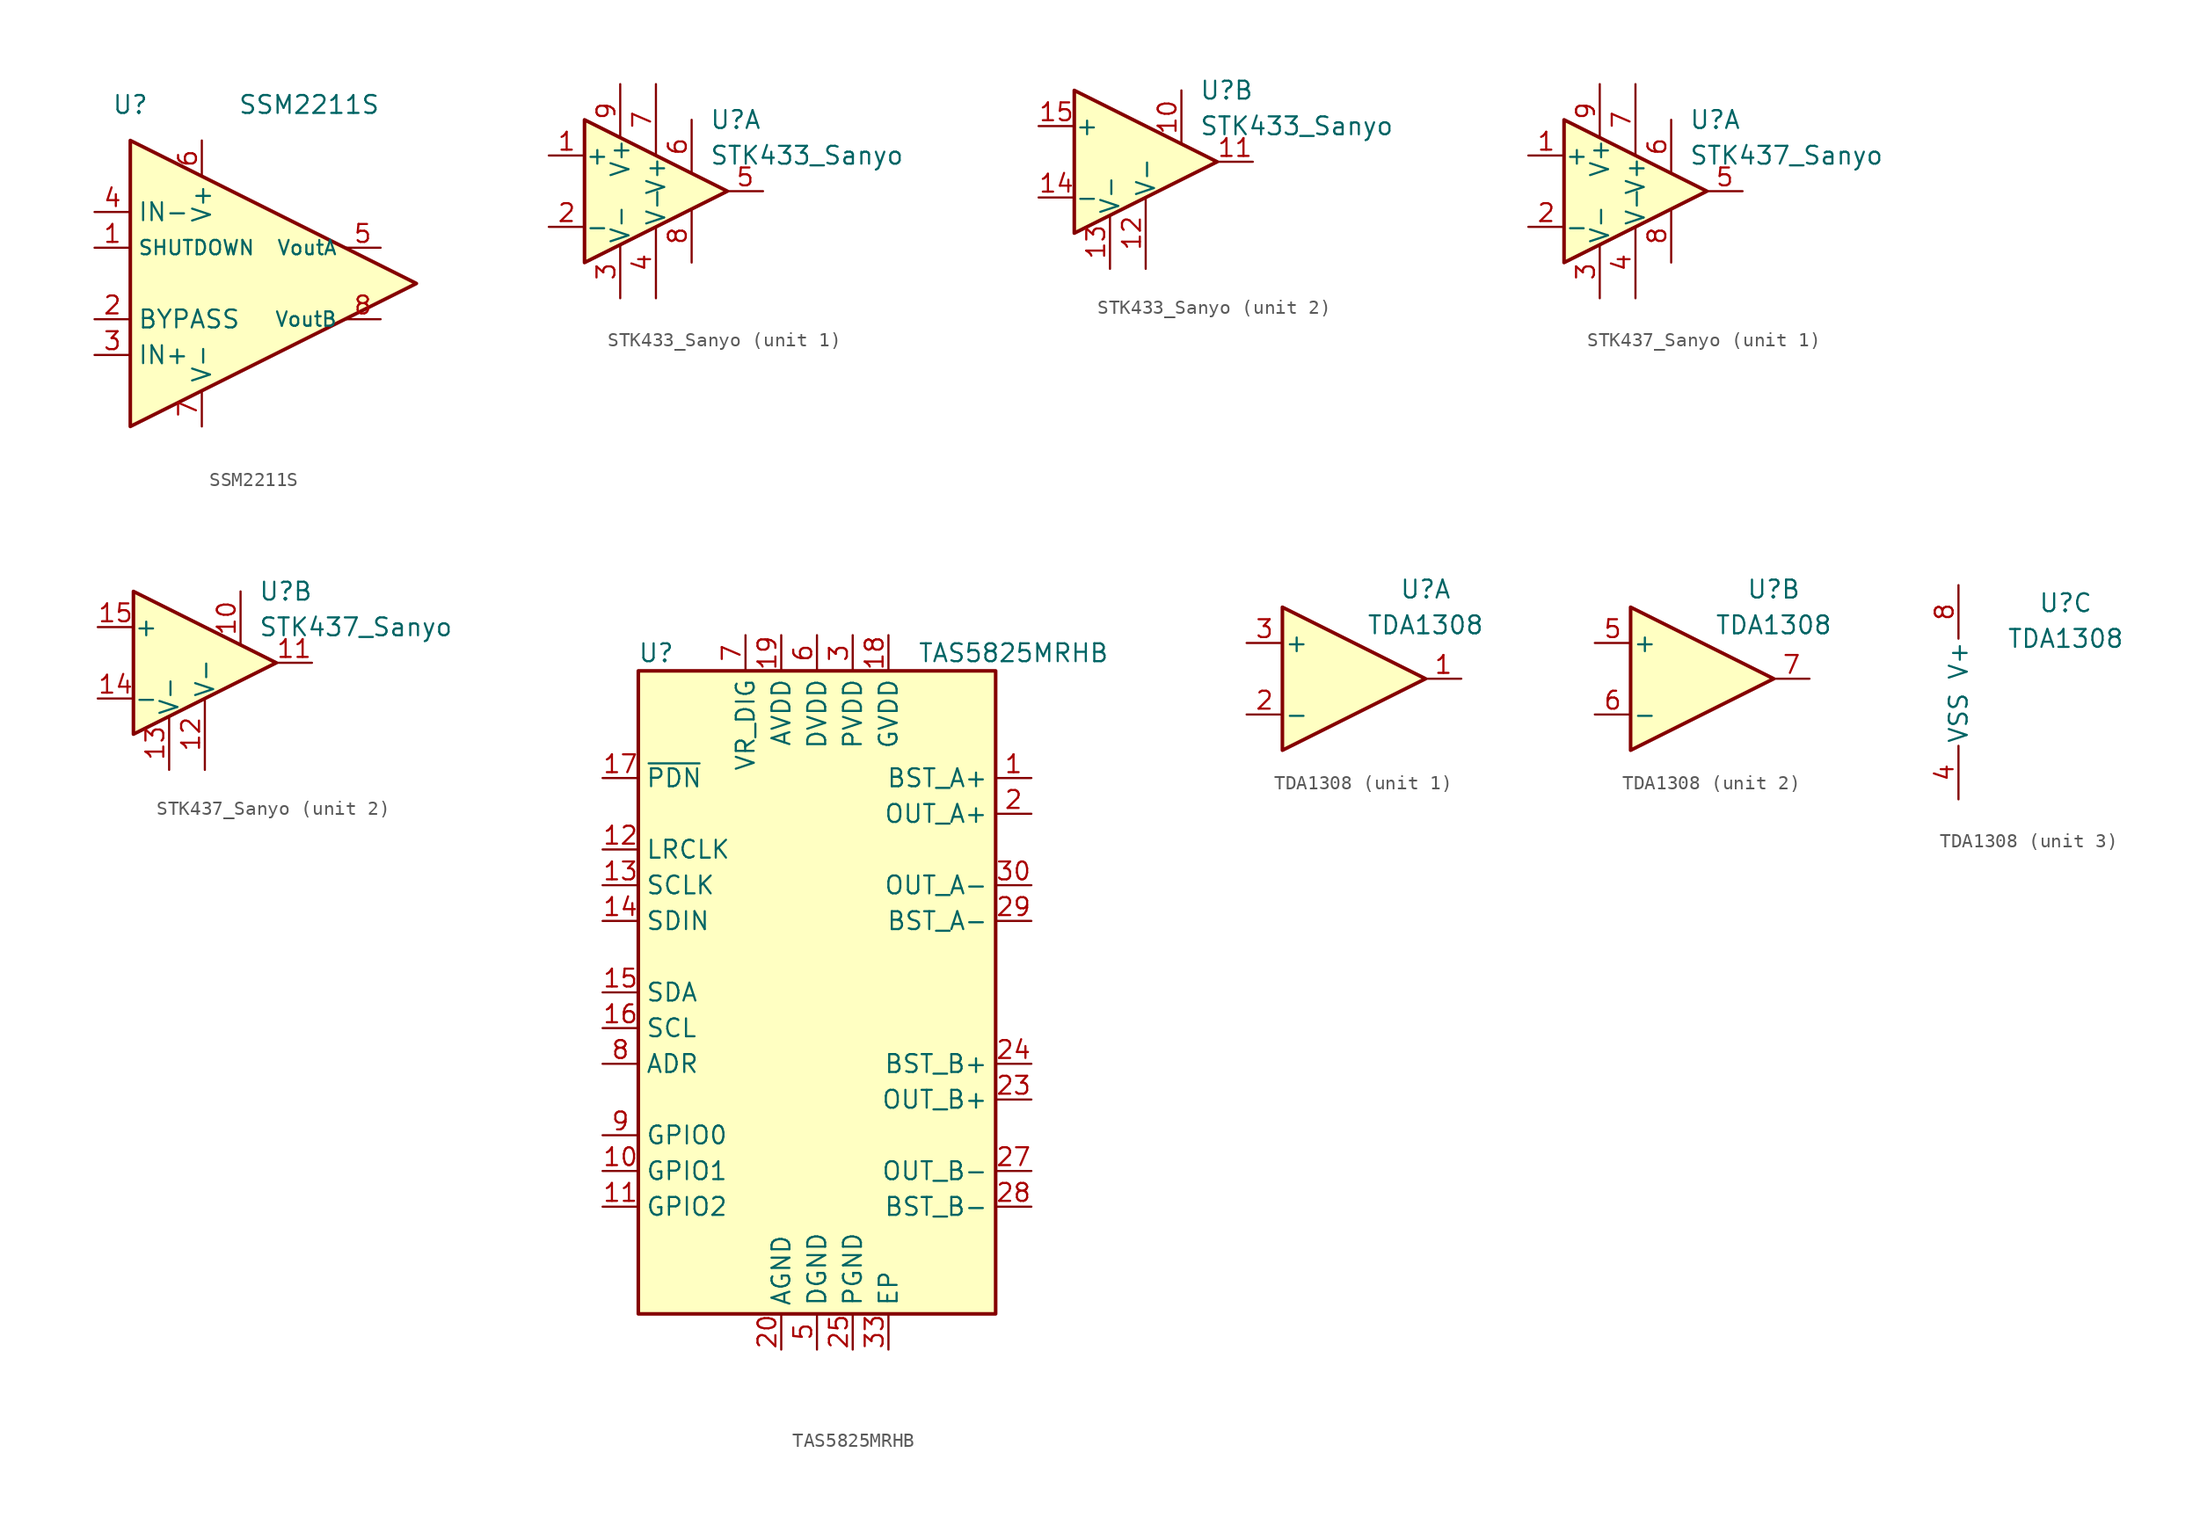
<source format=kicad_sym>
(kicad_symbol_lib
  (version 20241209)
  (generator "kicad_symbol_editor")
  (generator_version "9.0")
  (symbol "SSM2211S"
    (property "Reference" "U"
      (at -7.62 12.7 0)
      (effects (font (size 1.27 1.27))))
    (property "Value" "SSM2211S"
      (at 5.08 12.7 0)
      (effects (font (size 1.27 1.27))))
    (symbol "SSM2211S_0_1"
      (polyline (pts (xy -7.62 10.16) (xy -7.62 -10.16) (xy 12.7 0) (xy -7.62 10.16)) (stroke (width 0.254) (type solid)) (fill (type background))))
    (symbol "SSM2211S_1_1"
      (pin input line (at -10.16 5.08 0) (length 2.54) (name "IN-" (effects (font (size 1.27 1.27)))) (number "4" (effects (font (size 1.27 1.27)))))
      (pin input line (at -10.16 2.54 0) (length 2.54) (name "SHUTDOWN" (effects (font (size 1.016 1.016)))) (number "1" (effects (font (size 1.27 1.27)))))
      (pin passive line (at -10.16 -2.54 0) (length 2.54) (name "BYPASS" (effects (font (size 1.27 1.27)))) (number "2" (effects (font (size 1.27 1.27)))))
      (pin input line (at -10.16 -5.08 0) (length 2.54) (name "IN+" (effects (font (size 1.27 1.27)))) (number "3" (effects (font (size 1.27 1.27)))))
      (pin power_in line (at -2.54 10.16 270) (length 2.54) (name "V+" (effects (font (size 1.27 1.27)))) (number "6" (effects (font (size 1.27 1.27)))))
      (pin power_in line (at -2.54 -10.16 90) (length 2.54) (name "V-" (effects (font (size 1.27 1.27)))) (number "7" (effects (font (size 1.27 1.27)))))
      (pin output line (at 10.16 2.54 180) (length 2.54) (name "VoutA" (effects (font (size 1.016 1.016)))) (number "5" (effects (font (size 1.27 1.27)))))
      (pin output line (at 10.16 -2.54 180) (length 2.54) (name "VoutB" (effects (font (size 1.016 1.016)))) (number "8" (effects (font (size 1.27 1.27)))))))
  (symbol "STK433_Sanyo"
    (pin_names
      (offset 0.025))
    (property "Reference" "U"
      (at 3.81 5.08 0)
      (effects (font (size 1.27 1.27)) (justify left)))
    (property "Value" "STK433_Sanyo"
      (at 3.81 2.54 0)
      (effects (font (size 1.27 1.27)) (justify left)))
    (symbol "STK433_Sanyo_0_1"
      (polyline (pts (xy -5.08 5.08) (xy 5.08 0) (xy -5.08 -5.08) (xy -5.08 5.08)) (stroke (width 0.254) (type solid)) (fill (type background))))
    (symbol "STK433_Sanyo_1_1"
      (pin input line (at -7.62 2.54 0) (length 2.54) (name "+" (effects (font (size 1.27 1.27)))) (number "1" (effects (font (size 1.27 1.27)))))
      (pin input line (at -7.62 -2.54 0) (length 2.54) (name "-" (effects (font (size 1.27 1.27)))) (number "2" (effects (font (size 1.27 1.27)))))
      (pin power_in line (at -2.54 7.62 270) (length 3.81) (name "V+" (effects (font (size 1.27 1.27)))) (number "9" (effects (font (size 1.27 1.27)))))
      (pin power_in line (at -2.54 -7.62 90) (length 3.81) (name "V-" (effects (font (size 1.27 1.27)))) (number "3" (effects (font (size 1.27 1.27)))))
      (pin power_in line (at 0 7.62 270) (length 5.08) (name "V+" (effects (font (size 1.27 1.27)))) (number "7" (effects (font (size 1.27 1.27)))))
      (pin power_in line (at 0 -7.62 90) (length 5.08) (name "V-" (effects (font (size 1.27 1.27)))) (number "4" (effects (font (size 1.27 1.27)))))
      (pin passive line (at 2.54 5.08 270) (length 3.81) (name "~" (effects (font (size 1.27 1.27)))) (number "6" (effects (font (size 1.27 1.27)))))
      (pin power_in line (at 2.54 -5.08 90) (length 3.81) (name "~" (effects (font (size 1.27 1.27)))) (number "8" (effects (font (size 1.27 1.27)))))
      (pin output line (at 7.62 0 180) (length 2.54) (name "~" (effects (font (size 1.27 1.27)))) (number "5" (effects (font (size 1.27 1.27))))))
    (symbol "STK433_Sanyo_2_1"
      (pin input line (at -7.62 2.54 0) (length 2.54) (name "+" (effects (font (size 1.27 1.27)))) (number "15" (effects (font (size 1.27 1.27)))))
      (pin input line (at -7.62 -2.54 0) (length 2.54) (name "-" (effects (font (size 1.27 1.27)))) (number "14" (effects (font (size 1.27 1.27)))))
      (pin power_in line (at -2.54 -7.62 90) (length 3.81) (name "V-" (effects (font (size 1.27 1.27)))) (number "13" (effects (font (size 1.27 1.27)))))
      (pin power_in line (at 0 -7.62 90) (length 5.08) (name "V-" (effects (font (size 1.27 1.27)))) (number "12" (effects (font (size 1.27 1.27)))))
      (pin passive line (at 2.54 5.08 270) (length 3.81) (name "~" (effects (font (size 1.27 1.27)))) (number "10" (effects (font (size 1.27 1.27)))))
      (pin output line (at 7.62 0 180) (length 2.54) (name "~" (effects (font (size 1.27 1.27)))) (number "11" (effects (font (size 1.27 1.27)))))))
  (symbol "STK437_Sanyo"
    (pin_names
      (offset 0.025))
    (property "Reference" "U"
      (at 3.81 5.08 0)
      (effects (font (size 1.27 1.27)) (justify left)))
    (property "Value" "STK437_Sanyo"
      (at 3.81 2.54 0)
      (effects (font (size 1.27 1.27)) (justify left)))
    (symbol "STK437_Sanyo_0_1"
      (polyline (pts (xy -5.08 5.08) (xy 5.08 0) (xy -5.08 -5.08) (xy -5.08 5.08)) (stroke (width 0.254) (type solid)) (fill (type background))))
    (symbol "STK437_Sanyo_1_1"
      (pin input line (at -7.62 2.54 0) (length 2.54) (name "+" (effects (font (size 1.27 1.27)))) (number "1" (effects (font (size 1.27 1.27)))))
      (pin input line (at -7.62 -2.54 0) (length 2.54) (name "-" (effects (font (size 1.27 1.27)))) (number "2" (effects (font (size 1.27 1.27)))))
      (pin power_in line (at -2.54 7.62 270) (length 3.81) (name "V+" (effects (font (size 1.27 1.27)))) (number "9" (effects (font (size 1.27 1.27)))))
      (pin power_in line (at -2.54 -7.62 90) (length 3.81) (name "V-" (effects (font (size 1.27 1.27)))) (number "3" (effects (font (size 1.27 1.27)))))
      (pin power_in line (at 0 7.62 270) (length 5.08) (name "V+" (effects (font (size 1.27 1.27)))) (number "7" (effects (font (size 1.27 1.27)))))
      (pin power_in line (at 0 -7.62 90) (length 5.08) (name "V-" (effects (font (size 1.27 1.27)))) (number "4" (effects (font (size 1.27 1.27)))))
      (pin passive line (at 2.54 5.08 270) (length 3.81) (name "~" (effects (font (size 1.27 1.27)))) (number "6" (effects (font (size 1.27 1.27)))))
      (pin power_in line (at 2.54 -5.08 90) (length 3.81) (name "~" (effects (font (size 1.27 1.27)))) (number "8" (effects (font (size 1.27 1.27)))))
      (pin output line (at 7.62 0 180) (length 2.54) (name "~" (effects (font (size 1.27 1.27)))) (number "5" (effects (font (size 1.27 1.27))))))
    (symbol "STK437_Sanyo_2_1"
      (pin input line (at -7.62 2.54 0) (length 2.54) (name "+" (effects (font (size 1.27 1.27)))) (number "15" (effects (font (size 1.27 1.27)))))
      (pin input line (at -7.62 -2.54 0) (length 2.54) (name "-" (effects (font (size 1.27 1.27)))) (number "14" (effects (font (size 1.27 1.27)))))
      (pin power_in line (at -2.54 -7.62 90) (length 3.81) (name "V-" (effects (font (size 1.27 1.27)))) (number "13" (effects (font (size 1.27 1.27)))))
      (pin power_in line (at 0 -7.62 90) (length 5.08) (name "V-" (effects (font (size 1.27 1.27)))) (number "12" (effects (font (size 1.27 1.27)))))
      (pin passive line (at 2.54 5.08 270) (length 3.81) (name "~" (effects (font (size 1.27 1.27)))) (number "10" (effects (font (size 1.27 1.27)))))
      (pin output line (at 7.62 0 180) (length 2.54) (name "~" (effects (font (size 1.27 1.27)))) (number "11" (effects (font (size 1.27 1.27)))))))
  (symbol "TAS5825MRHB"
    (property "Reference" "U"
      (at -11.43 24.13 0)
      (effects (font (size 1.27 1.27))))
    (property "Value" "TAS5825MRHB"
      (at 13.97 24.13 0)
      (effects (font (size 1.27 1.27))))
    (symbol "TAS5825MRHB_0_1"
      (rectangle (start -12.7 22.86) (end 12.7 -22.86) (stroke (width 0.254) (type solid)) (fill (type background))))
    (symbol "TAS5825MRHB_1_1"
      (pin input line (at -15.24 15.24 0) (length 2.54) (name "~{PDN}" (effects (font (size 1.27 1.27)))) (number "17" (effects (font (size 1.27 1.27)))))
      (pin input line (at -15.24 10.16 0) (length 2.54) (name "LRCLK" (effects (font (size 1.27 1.27)))) (number "12" (effects (font (size 1.27 1.27)))))
      (pin input line (at -15.24 7.62 0) (length 2.54) (name "SCLK" (effects (font (size 1.27 1.27)))) (number "13" (effects (font (size 1.27 1.27)))))
      (pin input line (at -15.24 5.08 0) (length 2.54) (name "SDIN" (effects (font (size 1.27 1.27)))) (number "14" (effects (font (size 1.27 1.27)))))
      (pin bidirectional line (at -15.24 0 0) (length 2.54) (name "SDA" (effects (font (size 1.27 1.27)))) (number "15" (effects (font (size 1.27 1.27)))))
      (pin input line (at -15.24 -2.54 0) (length 2.54) (name "SCL" (effects (font (size 1.27 1.27)))) (number "16" (effects (font (size 1.27 1.27)))))
      (pin passive line (at -15.24 -5.08 0) (length 2.54) (name "ADR" (effects (font (size 1.27 1.27)))) (number "8" (effects (font (size 1.27 1.27)))))
      (pin bidirectional line (at -15.24 -10.16 0) (length 2.54) (name "GPIO0" (effects (font (size 1.27 1.27)))) (number "9" (effects (font (size 1.27 1.27)))))
      (pin bidirectional line (at -15.24 -12.7 0) (length 2.54) (name "GPIO1" (effects (font (size 1.27 1.27)))) (number "10" (effects (font (size 1.27 1.27)))))
      (pin bidirectional line (at -15.24 -15.24 0) (length 2.54) (name "GPIO2" (effects (font (size 1.27 1.27)))) (number "11" (effects (font (size 1.27 1.27)))))
      (pin passive line (at -5.08 25.4 270) (length 2.54) (name "VR_DIG" (effects (font (size 1.27 1.27)))) (number "7" (effects (font (size 1.27 1.27)))))
      (pin passive line (at -2.54 25.4 270) (length 2.54) (name "AVDD" (effects (font (size 1.27 1.27)))) (number "19" (effects (font (size 1.27 1.27)))))
      (pin power_in line (at -2.54 -25.4 90) (length 2.54) (name "AGND" (effects (font (size 1.27 1.27)))) (number "20" (effects (font (size 1.27 1.27)))))
      (pin power_in line (at 0 25.4 270) (length 2.54) (name "DVDD" (effects (font (size 1.27 1.27)))) (number "6" (effects (font (size 1.27 1.27)))))
      (pin power_in line (at 0 -25.4 90) (length 2.54) (name "DGND" (effects (font (size 1.27 1.27)))) (number "5" (effects (font (size 1.27 1.27)))))
      (pin passive line (at 2.54 25.4 270) (length 2.54) (hide yes) (name "PVDD" (effects (font (size 1.27 1.27)))) (number "21" (effects (font (size 1.27 1.27)))))
      (pin passive line (at 2.54 25.4 270) (length 2.54) (hide yes) (name "PVDD" (effects (font (size 1.27 1.27)))) (number "22" (effects (font (size 1.27 1.27)))))
      (pin power_in line (at 2.54 25.4 270) (length 2.54) (name "PVDD" (effects (font (size 1.27 1.27)))) (number "3" (effects (font (size 1.27 1.27)))))
      (pin passive line (at 2.54 25.4 270) (length 2.54) (hide yes) (name "PVDD" (effects (font (size 1.27 1.27)))) (number "4" (effects (font (size 1.27 1.27)))))
      (pin power_in line (at 2.54 -25.4 90) (length 2.54) (name "PGND" (effects (font (size 1.27 1.27)))) (number "25" (effects (font (size 1.27 1.27)))))
      (pin passive line (at 2.54 -25.4 90) (length 2.54) (hide yes) (name "PGND" (effects (font (size 1.27 1.27)))) (number "26" (effects (font (size 1.27 1.27)))))
      (pin passive line (at 2.54 -25.4 90) (length 2.54) (hide yes) (name "PGND" (effects (font (size 1.27 1.27)))) (number "31" (effects (font (size 1.27 1.27)))))
      (pin passive line (at 2.54 -25.4 90) (length 2.54) (hide yes) (name "PGND" (effects (font (size 1.27 1.27)))) (number "32" (effects (font (size 1.27 1.27)))))
      (pin passive line (at 5.08 25.4 270) (length 2.54) (name "GVDD" (effects (font (size 1.27 1.27)))) (number "18" (effects (font (size 1.27 1.27)))))
      (pin passive line (at 5.08 -25.4 90) (length 2.54) (name "EP" (effects (font (size 1.27 1.27)))) (number "33" (effects (font (size 1.27 1.27)))))
      (pin passive line (at 15.24 15.24 180) (length 2.54) (name "BST_A+" (effects (font (size 1.27 1.27)))) (number "1" (effects (font (size 1.27 1.27)))))
      (pin output line (at 15.24 12.7 180) (length 2.54) (name "OUT_A+" (effects (font (size 1.27 1.27)))) (number "2" (effects (font (size 1.27 1.27)))))
      (pin output line (at 15.24 7.62 180) (length 2.54) (name "OUT_A-" (effects (font (size 1.27 1.27)))) (number "30" (effects (font (size 1.27 1.27)))))
      (pin passive line (at 15.24 5.08 180) (length 2.54) (name "BST_A-" (effects (font (size 1.27 1.27)))) (number "29" (effects (font (size 1.27 1.27)))))
      (pin passive line (at 15.24 -5.08 180) (length 2.54) (name "BST_B+" (effects (font (size 1.27 1.27)))) (number "24" (effects (font (size 1.27 1.27)))))
      (pin output line (at 15.24 -7.62 180) (length 2.54) (name "OUT_B+" (effects (font (size 1.27 1.27)))) (number "23" (effects (font (size 1.27 1.27)))))
      (pin output line (at 15.24 -12.7 180) (length 2.54) (name "OUT_B-" (effects (font (size 1.27 1.27)))) (number "27" (effects (font (size 1.27 1.27)))))
      (pin passive line (at 15.24 -15.24 180) (length 2.54) (name "BST_B-" (effects (font (size 1.27 1.27)))) (number "28" (effects (font (size 1.27 1.27)))))))
  (symbol "TDA1308"
    (pin_names
      (offset 0.127))
    (property "Reference" "U"
      (at 5.08 6.35 0)
      (effects (font (size 1.27 1.27))))
    (property "Value" "TDA1308"
      (at 5.08 3.81 0)
      (effects (font (size 1.27 1.27))))
    (property "ki_locked" ""
      (at 0 0 0)
      (effects (font (size 1.27 1.27))))
    (symbol "TDA1308_1_1"
      (polyline (pts (xy -5.08 5.08) (xy 5.08 0) (xy -5.08 -5.08) (xy -5.08 5.08)) (stroke (width 0.254) (type solid)) (fill (type background)))
      (pin input line (at -7.62 2.54 0) (length 2.54) (name "+" (effects (font (size 1.27 1.27)))) (number "3" (effects (font (size 1.27 1.27)))))
      (pin input line (at -7.62 -2.54 0) (length 2.54) (name "-" (effects (font (size 1.27 1.27)))) (number "2" (effects (font (size 1.27 1.27)))))
      (pin output line (at 7.62 0 180) (length 2.54) (name "~" (effects (font (size 1.27 1.27)))) (number "1" (effects (font (size 1.27 1.27))))))
    (symbol "TDA1308_2_1"
      (polyline (pts (xy -5.08 5.08) (xy 5.08 0) (xy -5.08 -5.08) (xy -5.08 5.08)) (stroke (width 0.254) (type solid)) (fill (type background)))
      (pin input line (at -7.62 2.54 0) (length 2.54) (name "+" (effects (font (size 1.27 1.27)))) (number "5" (effects (font (size 1.27 1.27)))))
      (pin input line (at -7.62 -2.54 0) (length 2.54) (name "-" (effects (font (size 1.27 1.27)))) (number "6" (effects (font (size 1.27 1.27)))))
      (pin output line (at 7.62 0 180) (length 2.54) (name "~" (effects (font (size 1.27 1.27)))) (number "7" (effects (font (size 1.27 1.27))))))
    (symbol "TDA1308_3_1"
      (pin power_in line (at -2.54 7.62 270) (length 3.81) (name "V+" (effects (font (size 1.27 1.27)))) (number "8" (effects (font (size 1.27 1.27)))))
      (pin power_in line (at -2.54 -7.62 90) (length 3.81) (name "VSS" (effects (font (size 1.27 1.27)))) (number "4" (effects (font (size 1.27 1.27))))))))
</source>
